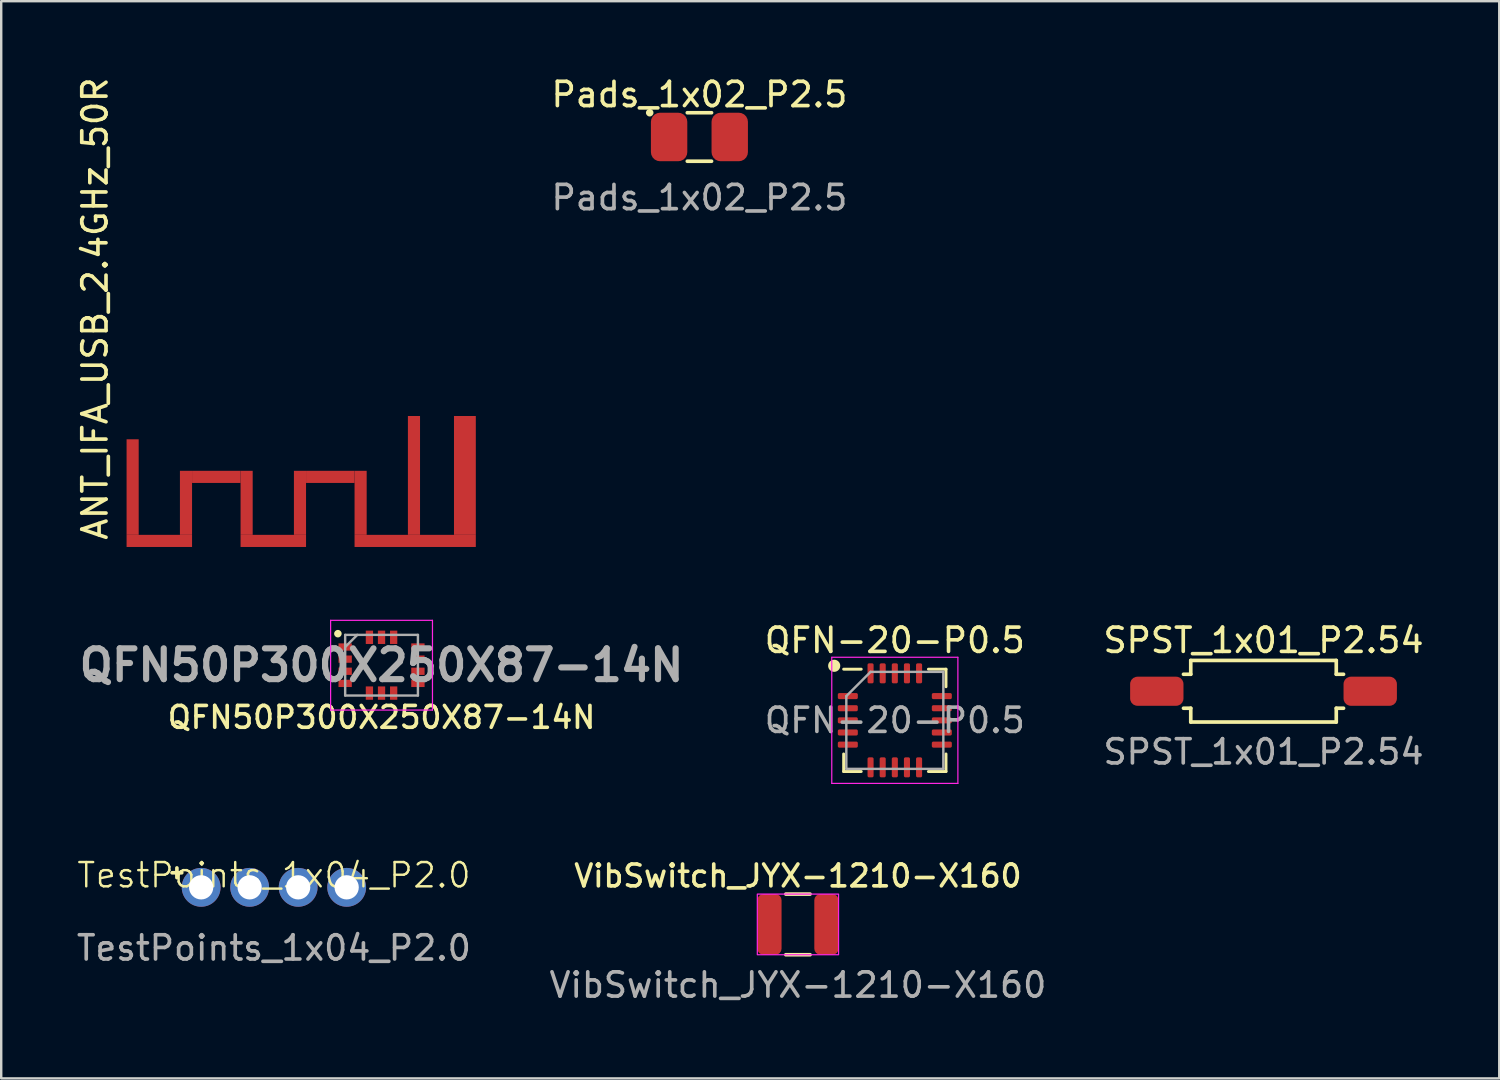
<source format=kicad_pcb>
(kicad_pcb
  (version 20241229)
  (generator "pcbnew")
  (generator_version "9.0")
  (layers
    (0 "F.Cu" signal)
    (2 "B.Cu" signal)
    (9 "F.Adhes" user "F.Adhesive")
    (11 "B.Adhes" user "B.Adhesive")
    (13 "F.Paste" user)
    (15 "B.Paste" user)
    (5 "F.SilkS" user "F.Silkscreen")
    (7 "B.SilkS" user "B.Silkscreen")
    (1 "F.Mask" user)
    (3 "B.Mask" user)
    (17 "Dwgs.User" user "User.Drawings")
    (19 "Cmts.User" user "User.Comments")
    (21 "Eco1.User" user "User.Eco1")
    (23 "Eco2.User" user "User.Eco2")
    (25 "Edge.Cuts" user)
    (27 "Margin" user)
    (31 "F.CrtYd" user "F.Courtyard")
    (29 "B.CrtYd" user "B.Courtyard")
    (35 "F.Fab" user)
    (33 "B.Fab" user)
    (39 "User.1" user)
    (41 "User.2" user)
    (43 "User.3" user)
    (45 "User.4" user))
  (footprint "QFN-20-P0.5"
    (layer "F.Cu")
    (at 33.846 26.652)
    (property "Reference" "QFN-20-P0.5" (at 0 -3.3 0) (layer "F.SilkS") (effects (font (size 1 1) (thickness 0.15))))
    (attr smd)
    (fp_line (start -2.11 2.11) (end -2.11 1.385) (stroke (width 0.12) (type solid)) (layer "F.SilkS"))
    (fp_line (start -1.385 -2.11) (end -2.11 -2.11) (stroke (width 0.12) (type solid)) (layer "F.SilkS"))
    (fp_line (start -1.385 2.11) (end -2.11 2.11) (stroke (width 0.12) (type solid)) (layer "F.SilkS"))
    (fp_line (start 1.385 -2.11) (end 2.11 -2.11) (stroke (width 0.12) (type solid)) (layer "F.SilkS"))
    (fp_line (start 1.385 2.11) (end 2.11 2.11) (stroke (width 0.12) (type solid)) (layer "F.SilkS"))
    (fp_line (start 2.11 -2.11) (end 2.11 -1.385) (stroke (width 0.12) (type solid)) (layer "F.SilkS"))
    (fp_line (start 2.11 2.11) (end 2.11 1.385) (stroke (width 0.12) (type solid)) (layer "F.SilkS"))
    (fp_circle (center -2.5 -2.25) (end -2.3 -2.25) (stroke (width 0.1) (type solid)) (fill yes) (layer "F.SilkS"))
    (fp_line (start -2.6 -2.6) (end -2.6 2.6) (stroke (width 0.05) (type solid)) (layer "F.CrtYd"))
    (fp_line (start -2.6 2.6) (end 2.6 2.6) (stroke (width 0.05) (type solid)) (layer "F.CrtYd"))
    (fp_line (start 2.6 -2.6) (end -2.6 -2.6) (stroke (width 0.05) (type solid)) (layer "F.CrtYd"))
    (fp_line (start 2.6 2.6) (end 2.6 -2.6) (stroke (width 0.05) (type solid)) (layer "F.CrtYd"))
    (fp_line (start -2 -1) (end -1 -2) (stroke (width 0.1) (type solid)) (layer "F.Fab"))
    (fp_line (start -2 2) (end -2 -1) (stroke (width 0.1) (type solid)) (layer "F.Fab"))
    (fp_line (start -1 -2) (end 2 -2) (stroke (width 0.1) (type solid)) (layer "F.Fab"))
    (fp_line (start 2 -2) (end 2 2) (stroke (width 0.1) (type solid)) (layer "F.Fab"))
    (fp_line (start 2 2) (end -2 2) (stroke (width 0.1) (type solid)) (layer "F.Fab"))
    (fp_text user "${REFERENCE}" (at 0 0 0) (layer "F.Fab") (effects (font (size 1 1) (thickness 0.15))))
    (pad "1" smd roundrect (at -1.938 -1) (size 0.825 0.25) (layers "F.Cu" "F.Mask" "F.Paste") (roundrect_rratio 0.25))
    (pad "2" smd roundrect (at -1.938 -0.5) (size 0.825 0.25) (layers "F.Cu" "F.Mask" "F.Paste") (roundrect_rratio 0.25))
    (pad "3" smd roundrect (at -1.938 0) (size 0.825 0.25) (layers "F.Cu" "F.Mask" "F.Paste") (roundrect_rratio 0.25))
    (pad "4" smd roundrect (at -1.938 0.5) (size 0.825 0.25) (layers "F.Cu" "F.Mask" "F.Paste") (roundrect_rratio 0.25))
    (pad "5" smd roundrect (at -1.938 1) (size 0.825 0.25) (layers "F.Cu" "F.Mask" "F.Paste") (roundrect_rratio 0.25))
    (pad "6" smd roundrect (at -1 1.938) (size 0.25 0.825) (layers "F.Cu" "F.Mask" "F.Paste") (roundrect_rratio 0.25))
    (pad "7" smd roundrect (at -0.5 1.938) (size 0.25 0.825) (layers "F.Cu" "F.Mask" "F.Paste") (roundrect_rratio 0.25))
    (pad "8" smd roundrect (at 0 1.938) (size 0.25 0.825) (layers "F.Cu" "F.Mask" "F.Paste") (roundrect_rratio 0.25))
    (pad "9" smd roundrect (at 0.5 1.938) (size 0.25 0.825) (layers "F.Cu" "F.Mask" "F.Paste") (roundrect_rratio 0.25))
    (pad "10" smd roundrect (at 1 1.938) (size 0.25 0.825) (layers "F.Cu" "F.Mask" "F.Paste") (roundrect_rratio 0.25))
    (pad "11" smd roundrect (at 1.938 1) (size 0.825 0.25) (layers "F.Cu" "F.Mask" "F.Paste") (roundrect_rratio 0.25))
    (pad "12" smd roundrect (at 1.938 0.5) (size 0.825 0.25) (layers "F.Cu" "F.Mask" "F.Paste") (roundrect_rratio 0.25))
    (pad "13" smd roundrect (at 1.938 0) (size 0.825 0.25) (layers "F.Cu" "F.Mask" "F.Paste") (roundrect_rratio 0.25))
    (pad "14" smd roundrect (at 1.938 -0.5) (size 0.825 0.25) (layers "F.Cu" "F.Mask" "F.Paste") (roundrect_rratio 0.25))
    (pad "15" smd roundrect (at 1.938 -1) (size 0.825 0.25) (layers "F.Cu" "F.Mask" "F.Paste") (roundrect_rratio 0.25))
    (pad "16" smd roundrect (at 1 -1.938) (size 0.25 0.825) (layers "F.Cu" "F.Mask" "F.Paste") (roundrect_rratio 0.25))
    (pad "17" smd roundrect (at 0.5 -1.938) (size 0.25 0.825) (layers "F.Cu" "F.Mask" "F.Paste") (roundrect_rratio 0.25))
    (pad "18" smd roundrect (at 0 -1.938) (size 0.25 0.825) (layers "F.Cu" "F.Mask" "F.Paste") (roundrect_rratio 0.25))
    (pad "19" smd roundrect (at -0.5 -1.938) (size 0.25 0.825) (layers "F.Cu" "F.Mask" "F.Paste") (roundrect_rratio 0.25))
    (pad "20" smd roundrect (at -1 -1.938) (size 0.25 0.825) (layers "F.Cu" "F.Mask" "F.Paste") (roundrect_rratio 0.25)))
  (footprint "Pads_1x02_P2.5"
    (layer "F.Cu")
    (at 25.789 2.598)
    (property "Reference" "Pads_1x02_P2.5" (at 0 -1.75 0) (unlocked yes) (layer "F.SilkS") (effects (font (size 1 1) (thickness 0.15))))
    (attr smd)
    (fp_line (start -0.5 -1) (end 0.5 -1) (stroke (width 0.15) (type default)) (layer "F.SilkS"))
    (fp_line (start -0.5 1) (end 0.5 1) (stroke (width 0.15) (type default)) (layer "F.SilkS"))
    (fp_circle (center -2.05 -1) (end -1.9 -1) (stroke (width 0.01) (type solid)) (fill yes) (layer "F.SilkS"))
    (fp_text user "${REFERENCE}" (at 0 2.5 0) (unlocked yes) (layer "F.Fab") (effects (font (size 1 1) (thickness 0.15))))
    (pad "1" smd roundrect (at -1.25 0) (size 1.5 2) (layers "F.Cu" "F.Mask" "F.Paste") (roundrect_rratio 0.25))
    (pad "2" smd roundrect (at 1.25 0) (size 1.5 2) (layers "F.Cu" "F.Mask" "F.Paste") (roundrect_rratio 0.25)))
  (footprint "ANT_IFA_USB_2.4GHz_50R"
    (layer "F.Cu")
    (at 16.119 14.103)
    (property "Reference" "ANT_IFA_USB_2.4GHz_50R" (at -14.668 5.194 90) (unlocked yes) (layer "F.SilkS") (effects (font (size 1 1) (thickness 0.15)) (justify left bottom)))
    (pad "1" smd rect (at -13.7 2.93 180) (size 0.5 3.94) (layers "F.Cu" "F.Paste"))
    (pad "1" smd rect (at -12.6 5.15) (size 2.7 0.5) (layers "F.Cu" "F.Paste"))
    (pad "1" smd rect (at -11.5 3.58 180) (size 0.5 2.64) (layers "F.Cu" "F.Paste"))
    (pad "1" smd rect (at -10.25 2.51) (size 2 0.5) (layers "F.Cu" "F.Paste"))
    (pad "1" smd rect (at -9 3.58 180) (size 0.5 2.64) (layers "F.Cu" "F.Paste"))
    (pad "1" smd rect (at -7.9 5.15) (size 2.7 0.5) (layers "F.Cu" "F.Paste"))
    (pad "1" smd rect (at -6.8 3.58 180) (size 0.5 2.64) (layers "F.Cu" "F.Paste"))
    (pad "1" smd rect (at -5.55 2.51) (size 2 0.5) (layers "F.Cu" "F.Paste"))
    (pad "1" smd rect (at -4.3 3.58 180) (size 0.5 2.64) (layers "F.Cu" "F.Paste"))
    (pad "1" smd rect (at -2.1 2.45 180) (size 0.5 4.9) (layers "F.Cu" "F.Paste"))
    (pad "1" smd rect (at -2.05 5.15) (size 5 0.5) (layers "F.Cu" "F.Paste"))
    (pad "2" smd rect (at 0 2.45 180) (size 0.9 4.9) (layers "F.Cu" "F.Paste")))
  (footprint "VibSwitch_JYX-1210-X160"
    (layer "F.Cu")
    (at 29.851 35.066)
    (property "Reference" "VibSwitch_JYX-1210-X160" (at 0 -2 0) (unlocked yes) (layer "F.SilkS") (effects (font (size 0.9 0.9) (thickness 0.15) (bold yes))))
    (attr smd)
    (fp_line (start -0.5 -1.25) (end 0.5 -1.25) (stroke (width 0.15) (type default)) (layer "F.SilkS"))
    (fp_line (start -0.5 1.25) (end 0.5 1.25) (stroke (width 0.15) (type default)) (layer "F.SilkS"))
    (fp_rect (start -1.675 -1.25) (end 1.675 1.25) (stroke (width 0.05) (type default)) (fill no) (layer "F.CrtYd"))
    (fp_text user "${REFERENCE}" (at 0 2.5 0) (unlocked yes) (layer "F.Fab") (effects (font (size 1 1) (thickness 0.15))))
    (pad "1" smd roundrect (at -1.175 0) (size 1 2.5) (layers "F.Cu" "F.Mask" "F.Paste") (roundrect_rratio 0.25))
    (pad "2" smd roundrect (at 1.175 0) (size 1 2.5) (layers "F.Cu" "F.Mask" "F.Paste") (roundrect_rratio 0.25)))
  (footprint "SPST_1x01_P2.54"
    (layer "F.Cu")
    (at 49.048 25.452)
    (property "Reference" "SPST_1x01_P2.54" (at 0 -2.1 0) (unlocked yes) (layer "F.SilkS") (effects (font (size 1 1) (thickness 0.15))))
    (attr smd)
    (fp_line (start -3 -1.27) (end -3 -0.7) (stroke (width 0.15) (type default)) (layer "F.SilkS"))
    (fp_line (start -3 -1.27) (end 3 -1.27) (stroke (width 0.15) (type default)) (layer "F.SilkS"))
    (fp_line (start -3 -0.7) (end -3.3 -0.7) (stroke (width 0.15) (type default)) (layer "F.SilkS"))
    (fp_line (start -3 0.7) (end -3.3 0.7) (stroke (width 0.15) (type default)) (layer "F.SilkS"))
    (fp_line (start -3 0.7) (end -3 1.27) (stroke (width 0.15) (type default)) (layer "F.SilkS"))
    (fp_line (start -3 1.27) (end 3 1.27) (stroke (width 0.15) (type default)) (layer "F.SilkS"))
    (fp_line (start 3 -1.27) (end 3 -0.7) (stroke (width 0.15) (type default)) (layer "F.SilkS"))
    (fp_line (start 3 0.7) (end 3 1.27) (stroke (width 0.15) (type default)) (layer "F.SilkS"))
    (fp_line (start 3.3 -0.7) (end 3 -0.7) (stroke (width 0.15) (type default)) (layer "F.SilkS"))
    (fp_line (start 3.3 0.7) (end 3 0.7) (stroke (width 0.15) (type default)) (layer "F.SilkS"))
    (fp_text user "${REFERENCE}" (at 0 2.5 0) (unlocked yes) (layer "F.Fab") (effects (font (size 1 1) (thickness 0.15))))
    (pad "1" smd roundrect (at -4.4 0) (size 2.2 1.2) (layers "F.Cu" "F.Mask" "F.Paste") (roundrect_rratio 0.25))
    (pad "2" smd roundrect (at 4.4 0) (size 2.2 1.2) (layers "F.Cu" "F.Mask" "F.Paste") (roundrect_rratio 0.25)))
  (footprint "TestPoints_1x04_P2.0"
    (layer "F.Cu")
    (at 8.244 33.537)
    (property "Reference" "TestPoints_1x04_P2.0" (at 0 -0.5 0) (unlocked yes) (layer "F.SilkS") (effects (font (size 1 1) (thickness 0.1))))
    (attr smd)
    (fp_line (start -4.2 -0.6) (end -3.8 -0.6) (stroke (width 0.15) (type default)) (layer "F.SilkS"))
    (fp_line (start -4 -0.4) (end -4 -0.8) (stroke (width 0.15) (type default)) (layer "F.SilkS"))
    (fp_text user "${REFERENCE}" (at 0 2.5 0) (unlocked yes) (layer "F.Fab") (effects (font (size 1 1) (thickness 0.15))))
    (pad "1" thru_hole circle (at -3 0) (size 1.6 1.6) (drill 1) (layers "*.Cu" "*.Mask"))
    (pad "2" thru_hole circle (at -1 0) (size 1.6 1.6) (drill 1) (layers "*.Cu" "*.Mask"))
    (pad "3" thru_hole circle (at 1 0) (size 1.6 1.6) (drill 1) (layers "*.Cu" "*.Mask"))
    (pad "4" thru_hole circle (at 3 0) (size 1.6 1.6) (drill 1) (layers "*.Cu" "*.Mask")))
  (footprint "QFN50P300X250X87-14N"
    (layer "F.Cu")
    (at 12.682 24.378)
    (property "Reference" "QFN50P300X250X87-14N" (at 0 2.15 0) (layer "F.SilkS") (effects (font (size 0.9 0.9) (thickness 0.15) (bold yes))))
    (attr smd)
    (fp_circle (center -1.8 -1.3) (end -1.65 -1.3) (stroke (width 0.01) (type solid)) (fill yes) (layer "F.SilkS"))
    (fp_line (start -2.1 -1.85) (end 2.1 -1.85) (stroke (width 0.05) (type solid)) (layer "F.CrtYd"))
    (fp_line (start -2.1 1.85) (end -2.1 -1.85) (stroke (width 0.05) (type solid)) (layer "F.CrtYd"))
    (fp_line (start 2.1 -1.85) (end 2.1 1.85) (stroke (width 0.05) (type solid)) (layer "F.CrtYd"))
    (fp_line (start 2.1 1.85) (end -2.1 1.85) (stroke (width 0.05) (type solid)) (layer "F.CrtYd"))
    (fp_line (start -1.5 -1.25) (end 1.5 -1.25) (stroke (width 0.1) (type solid)) (layer "F.Fab"))
    (fp_line (start -1.5 -0.75) (end -1 -1.25) (stroke (width 0.1) (type solid)) (layer "F.Fab"))
    (fp_line (start -1.5 1.25) (end -1.5 -1.25) (stroke (width 0.1) (type solid)) (layer "F.Fab"))
    (fp_line (start 1.5 -1.25) (end 1.5 1.25) (stroke (width 0.1) (type solid)) (layer "F.Fab"))
    (fp_line (start 1.5 1.25) (end -1.5 1.25) (stroke (width 0.1) (type solid)) (layer "F.Fab"))
    (fp_text user "${REFERENCE}" (at 0 0 0) (layer "F.Fab") (effects (font (size 1.27 1.27) (thickness 0.254))))
    (pad "1" smd rect (at -1.5 -0.75 90) (size 0.3 0.55) (layers "F.Cu" "F.Mask" "F.Paste"))
    (pad "2" smd rect (at -1.5 -0.25 90) (size 0.3 0.55) (layers "F.Cu" "F.Mask" "F.Paste"))
    (pad "3" smd rect (at -1.5 0.25 90) (size 0.3 0.55) (layers "F.Cu" "F.Mask" "F.Paste"))
    (pad "4" smd rect (at -1.5 0.75 90) (size 0.3 0.55) (layers "F.Cu" "F.Mask" "F.Paste"))
    (pad "5" smd rect (at -0.5 1.15) (size 0.3 0.55) (layers "F.Cu" "F.Mask" "F.Paste"))
    (pad "6" smd rect (at 0 1.15) (size 0.3 0.55) (layers "F.Cu" "F.Mask" "F.Paste"))
    (pad "7" smd rect (at 0.5 1.15) (size 0.3 0.55) (layers "F.Cu" "F.Mask" "F.Paste"))
    (pad "8" smd rect (at 1.5 0.75 90) (size 0.3 0.55) (layers "F.Cu" "F.Mask" "F.Paste"))
    (pad "9" smd rect (at 1.5 0.25 90) (size 0.3 0.55) (layers "F.Cu" "F.Mask" "F.Paste"))
    (pad "10" smd rect (at 1.5 -0.25 90) (size 0.3 0.55) (layers "F.Cu" "F.Mask" "F.Paste"))
    (pad "11" smd rect (at 1.5 -0.75 90) (size 0.3 0.55) (layers "F.Cu" "F.Mask" "F.Paste"))
    (pad "12" smd rect (at 0.5 -1.15) (size 0.3 0.55) (layers "F.Cu" "F.Mask" "F.Paste"))
    (pad "13" smd rect (at 0 -1.15) (size 0.3 0.55) (layers "F.Cu" "F.Mask" "F.Paste"))
    (pad "14" smd rect (at -0.5 -1.15) (size 0.3 0.55) (layers "F.Cu" "F.Mask" "F.Paste")))
  (gr_rect
    (start -3 -3)
    (end 58.768 41.415)
    (stroke (width 0.1) (type default))
    (fill no)
    (layer "Edge.Cuts")))
</source>
